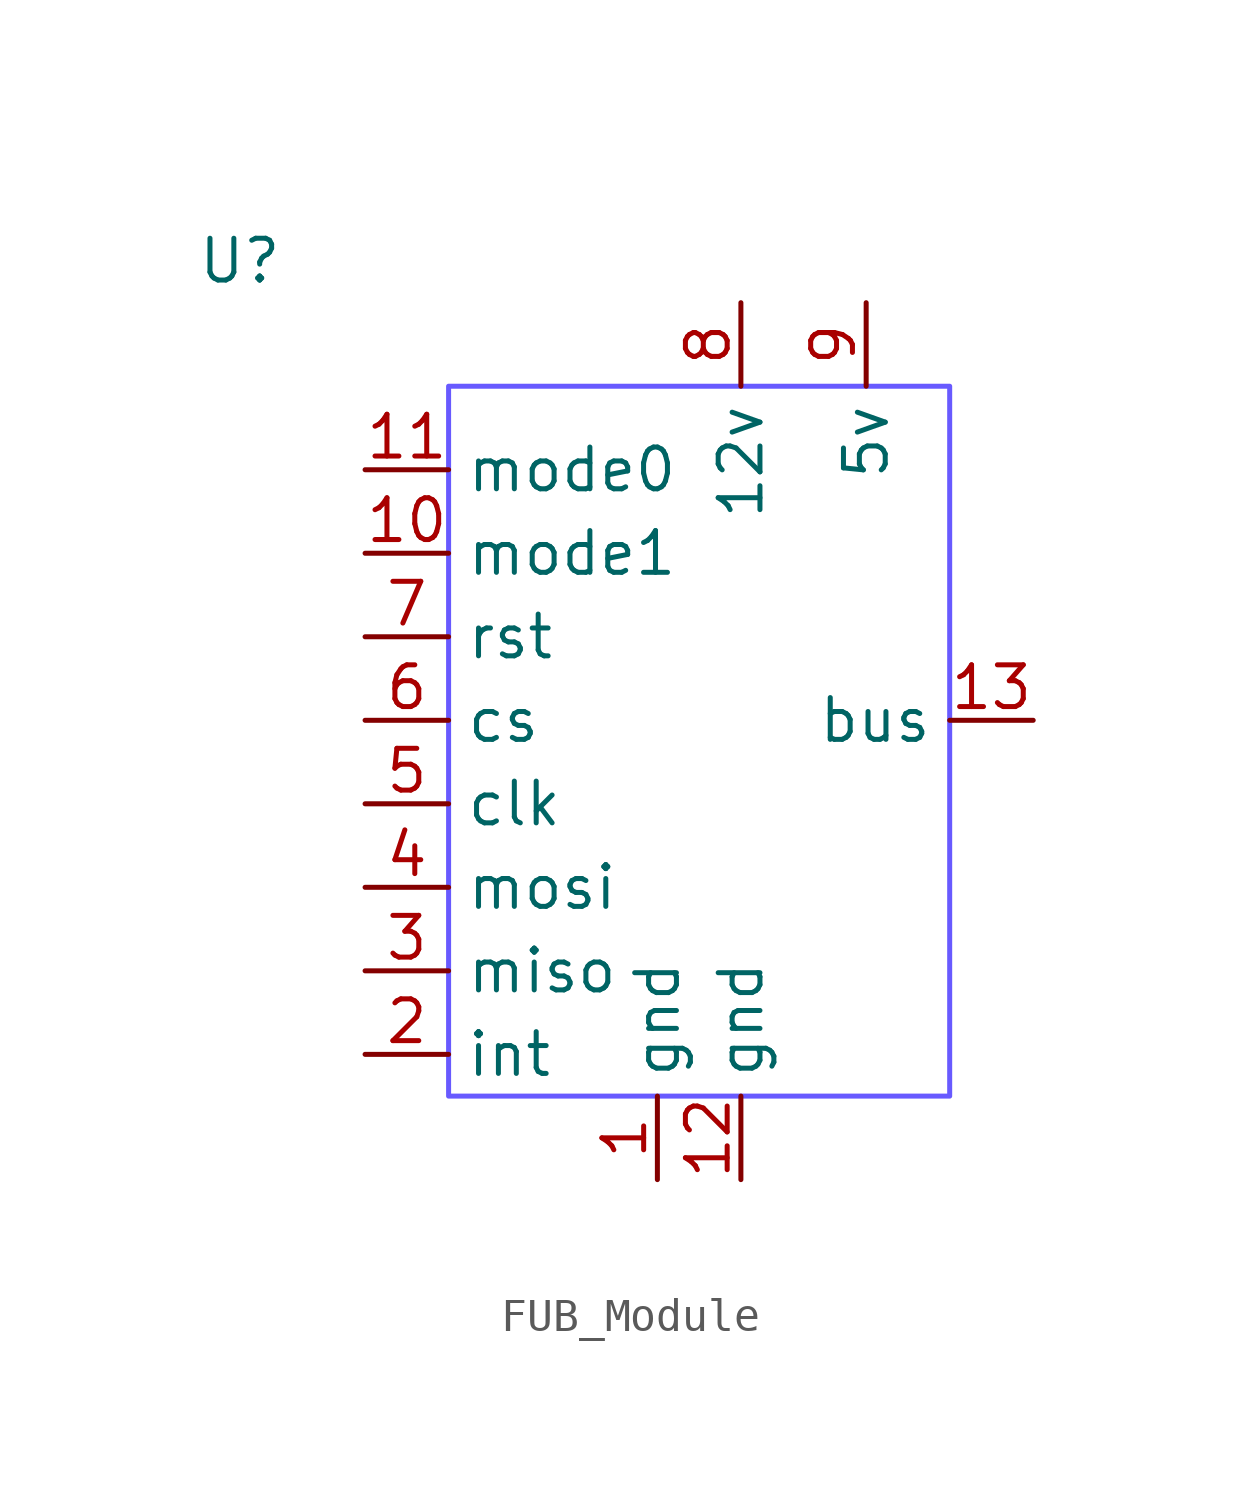
<source format=kicad_sym>
(kicad_symbol_lib
  (version 20220914)
  (generator kicad_symbol_editor)
  (symbol "FUB_Module"
    (property "Reference" "U"
      (at 0 0 0)
      (effects (font (size 1.27 1.27))))
    (property "Value" ""
      (at 0 0 0)
      (effects (font (size 1.27 1.27))))
    (symbol "FUB_Module_0_1"
      (rectangle (start 6.35 -3.81) (end 21.59 -25.4) (stroke (width 0) (type default) (color 104 90 255 1)) (fill (type none))))
    (symbol "FUB_Module_1_1"
      (pin passive line (at 12.7 -27.94 90) (length 2.54) (name "gnd" (effects (font (size 1.27 1.27)))) (number "1" (effects (font (size 1.27 1.27)))))
      (pin input line (at 3.81 -8.89 0) (length 2.54) (name "mode1" (effects (font (size 1.27 1.27)))) (number "10" (effects (font (size 1.27 1.27)))))
      (pin input line (at 3.81 -6.35 0) (length 2.54) (name "mode0" (effects (font (size 1.27 1.27)))) (number "11" (effects (font (size 1.27 1.27)))))
      (pin passive line (at 15.24 -27.94 90) (length 2.54) (name "gnd" (effects (font (size 1.27 1.27)))) (number "12" (effects (font (size 1.27 1.27)))))
      (pin bidirectional line (at 24.13 -13.97 180) (length 2.54) (name "bus" (effects (font (size 1.27 1.27)))) (number "13" (effects (font (size 1.27 1.27)))))
      (pin passive line (at 3.81 -24.13 0) (length 2.54) (name "int" (effects (font (size 1.27 1.27)))) (number "2" (effects (font (size 1.27 1.27)))))
      (pin output line (at 3.81 -21.59 0) (length 2.54) (name "miso" (effects (font (size 1.27 1.27)))) (number "3" (effects (font (size 1.27 1.27)))))
      (pin input line (at 3.81 -19.05 0) (length 2.54) (name "mosi" (effects (font (size 1.27 1.27)))) (number "4" (effects (font (size 1.27 1.27)))))
      (pin input line (at 3.81 -16.51 0) (length 2.54) (name "clk" (effects (font (size 1.27 1.27)))) (number "5" (effects (font (size 1.27 1.27)))))
      (pin input line (at 3.81 -13.97 0) (length 2.54) (name "cs" (effects (font (size 1.27 1.27)))) (number "6" (effects (font (size 1.27 1.27)))))
      (pin input line (at 3.81 -11.43 0) (length 2.54) (name "rst" (effects (font (size 1.27 1.27)))) (number "7" (effects (font (size 1.27 1.27)))))
      (pin power_out line (at 15.24 -1.27 270) (length 2.54) (name "12v" (effects (font (size 1.27 1.27)))) (number "8" (effects (font (size 1.27 1.27)))))
      (pin power_in line (at 19.05 -1.27 270) (length 2.54) (name "5v" (effects (font (size 1.27 1.27)))) (number "9" (effects (font (size 1.27 1.27))))))))
</source>
